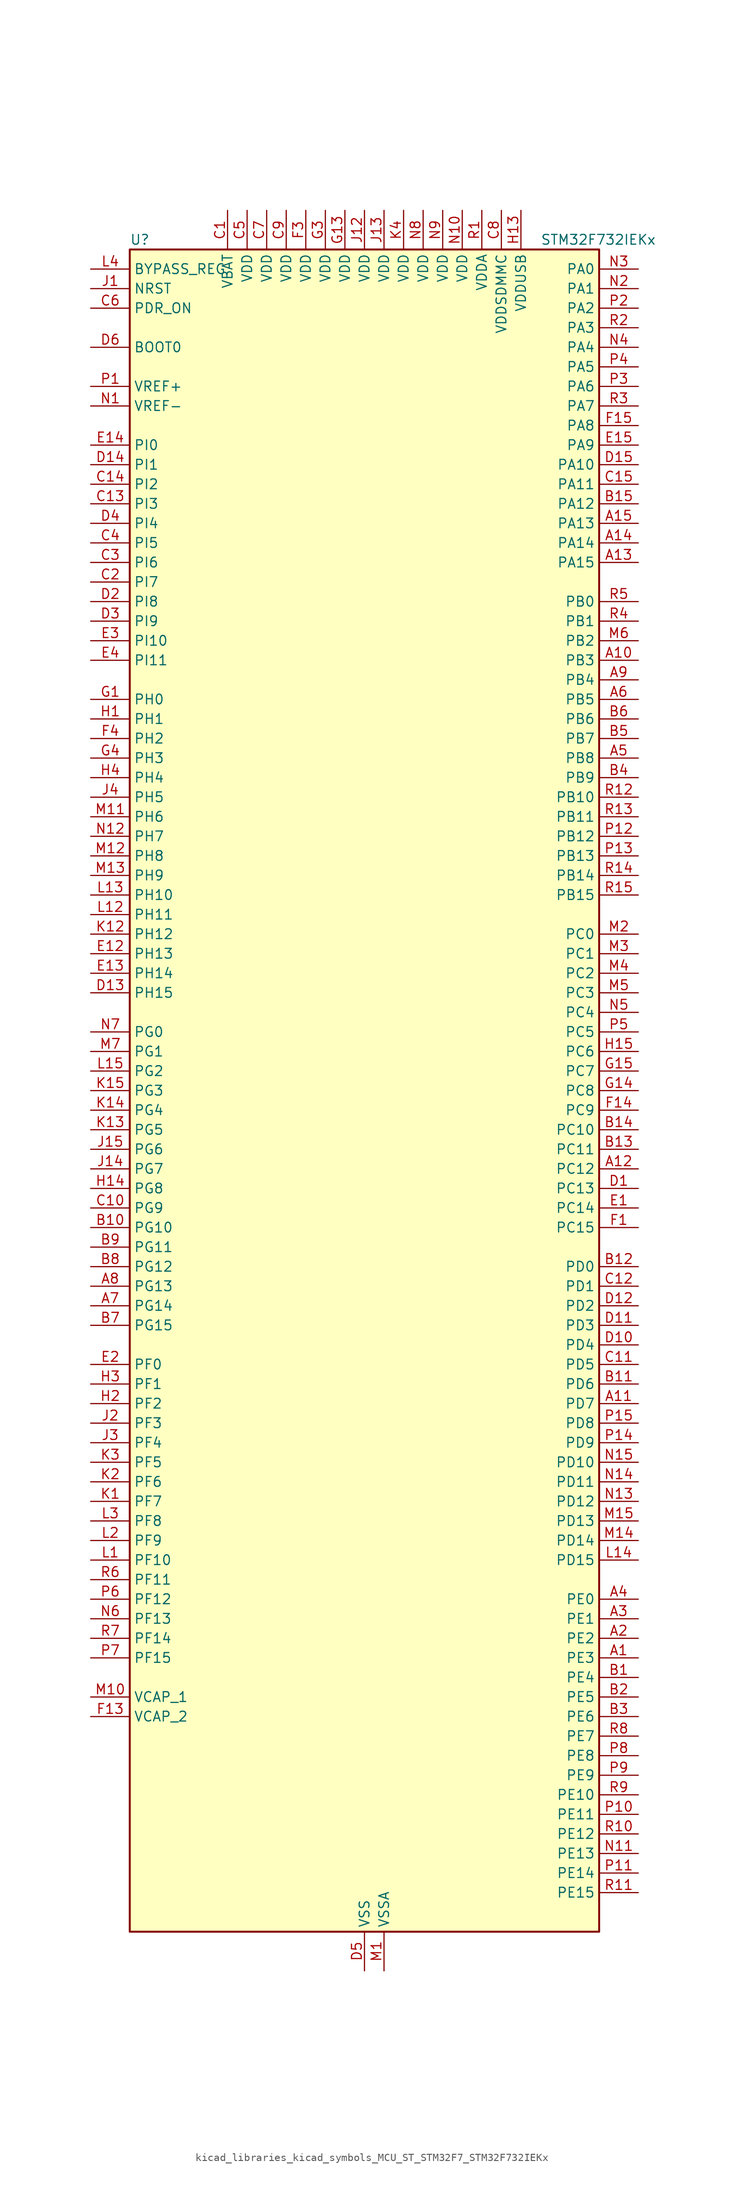
<source format=kicad_sym>
(kicad_symbol_lib
  (version 20220914)
  (generator kicad_symbol_editor)
  (symbol "kicad_libraries_kicad_symbols_MCU_ST_STM32F7_STM32F732IEKx"
    (property "Reference" "U"
      (at -30.48 110.49 0)
      (effects (font (size 1.27 1.27)) (justify left)))
    (property "Value" "STM32F732IEKx"
      (at 22.86 110.49 0)
      (effects (font (size 1.27 1.27)) (justify left)))
    (property "ki_locked" ""
      (at 0 0 0)
      (effects (font (size 1.27 1.27))))
    (symbol "kicad_libraries_kicad_symbols_MCU_ST_STM32F7_STM32F732IEKx_0_1"
      (rectangle (start -30.48 -109.22) (end 30.48 109.22) (stroke (width 0.254) (type default)) (fill (type background))))
    (symbol "kicad_libraries_kicad_symbols_MCU_ST_STM32F7_STM32F732IEKx_1_1"
      (pin bidirectional line (at 35.56 -73.66 180) (length 5.08) (name "PE3" (effects (font (size 1.27 1.27)))) (number "A1" (effects (font (size 1.27 1.27)))) (alternate "FMC_A19" bidirectional line) (alternate "SAI1_SD_B" bidirectional line) (alternate "SYS_TRACED0" bidirectional line))
      (pin bidirectional line (at 35.56 55.88 180) (length 5.08) (name "PB3" (effects (font (size 1.27 1.27)))) (number "A10" (effects (font (size 1.27 1.27)))) (alternate "I2S1_CK" bidirectional line) (alternate "I2S3_CK" bidirectional line) (alternate "SDMMC2_D2" bidirectional line) (alternate "SPI1_SCK" bidirectional line) (alternate "SPI3_SCK" bidirectional line) (alternate "SYS_JTDO-SWO" bidirectional line) (alternate "TIM2_CH2" bidirectional line))
      (pin bidirectional line (at 35.56 -40.64 180) (length 5.08) (name "PD7" (effects (font (size 1.27 1.27)))) (number "A11" (effects (font (size 1.27 1.27)))) (alternate "FMC_NE1" bidirectional line) (alternate "SDMMC2_CMD" bidirectional line) (alternate "USART2_CK" bidirectional line))
      (pin bidirectional line (at 35.56 -10.16 180) (length 5.08) (name "PC12" (effects (font (size 1.27 1.27)))) (number "A12" (effects (font (size 1.27 1.27)))) (alternate "I2S3_SD" bidirectional line) (alternate "SDMMC1_CK" bidirectional line) (alternate "SPI3_MOSI" bidirectional line) (alternate "SYS_TRACED3" bidirectional line) (alternate "UART5_TX" bidirectional line) (alternate "USART3_CK" bidirectional line))
      (pin bidirectional line (at 35.56 68.58 180) (length 5.08) (name "PA15" (effects (font (size 1.27 1.27)))) (number "A13" (effects (font (size 1.27 1.27)))) (alternate "I2S1_WS" bidirectional line) (alternate "I2S3_WS" bidirectional line) (alternate "SPI1_NSS" bidirectional line) (alternate "SPI3_NSS" bidirectional line) (alternate "SYS_JTDI" bidirectional line) (alternate "TIM2_CH1" bidirectional line) (alternate "TIM2_ETR" bidirectional line) (alternate "UART4_DE" bidirectional line) (alternate "UART4_RTS" bidirectional line))
      (pin bidirectional line (at 35.56 71.12 180) (length 5.08) (name "PA14" (effects (font (size 1.27 1.27)))) (number "A14" (effects (font (size 1.27 1.27)))) (alternate "SYS_JTCK-SWCLK" bidirectional line))
      (pin bidirectional line (at 35.56 73.66 180) (length 5.08) (name "PA13" (effects (font (size 1.27 1.27)))) (number "A15" (effects (font (size 1.27 1.27)))) (alternate "SYS_JTMS-SWDIO" bidirectional line))
      (pin bidirectional line (at 35.56 -71.12 180) (length 5.08) (name "PE2" (effects (font (size 1.27 1.27)))) (number "A2" (effects (font (size 1.27 1.27)))) (alternate "FMC_A23" bidirectional line) (alternate "QUADSPI_BK1_IO2" bidirectional line) (alternate "SAI1_MCLK_A" bidirectional line) (alternate "SPI4_SCK" bidirectional line) (alternate "SYS_TRACECLK" bidirectional line))
      (pin bidirectional line (at 35.56 -68.58 180) (length 5.08) (name "PE1" (effects (font (size 1.27 1.27)))) (number "A3" (effects (font (size 1.27 1.27)))) (alternate "FMC_NBL1" bidirectional line) (alternate "LPTIM1_IN2" bidirectional line) (alternate "UART8_TX" bidirectional line))
      (pin bidirectional line (at 35.56 -66.04 180) (length 5.08) (name "PE0" (effects (font (size 1.27 1.27)))) (number "A4" (effects (font (size 1.27 1.27)))) (alternate "FMC_NBL0" bidirectional line) (alternate "LPTIM1_ETR" bidirectional line) (alternate "SAI2_MCLK_A" bidirectional line) (alternate "TIM4_ETR" bidirectional line) (alternate "UART8_RX" bidirectional line))
      (pin bidirectional line (at 35.56 43.18 180) (length 5.08) (name "PB8" (effects (font (size 1.27 1.27)))) (number "A5" (effects (font (size 1.27 1.27)))) (alternate "CAN1_RX" bidirectional line) (alternate "I2C1_SCL" bidirectional line) (alternate "SDMMC1_D4" bidirectional line) (alternate "SDMMC2_D4" bidirectional line) (alternate "TIM10_CH1" bidirectional line) (alternate "TIM4_CH3" bidirectional line))
      (pin bidirectional line (at 35.56 50.8 180) (length 5.08) (name "PB5" (effects (font (size 1.27 1.27)))) (number "A6" (effects (font (size 1.27 1.27)))) (alternate "FMC_SDCKE1" bidirectional line) (alternate "I2C1_SMBA" bidirectional line) (alternate "I2S1_SD" bidirectional line) (alternate "I2S3_SD" bidirectional line) (alternate "SPI1_MOSI" bidirectional line) (alternate "SPI3_MOSI" bidirectional line) (alternate "TIM3_CH2" bidirectional line) (alternate "USB_OTG_HS_ULPI_D7" bidirectional line))
      (pin bidirectional line (at -35.56 -27.94 0) (length 5.08) (name "PG14" (effects (font (size 1.27 1.27)))) (number "A7" (effects (font (size 1.27 1.27)))) (alternate "FMC_A25" bidirectional line) (alternate "LPTIM1_ETR" bidirectional line) (alternate "QUADSPI_BK2_IO3" bidirectional line) (alternate "SYS_TRACED1" bidirectional line) (alternate "USART6_TX" bidirectional line))
      (pin bidirectional line (at -35.56 -25.4 0) (length 5.08) (name "PG13" (effects (font (size 1.27 1.27)))) (number "A8" (effects (font (size 1.27 1.27)))) (alternate "FMC_A24" bidirectional line) (alternate "LPTIM1_OUT" bidirectional line) (alternate "SYS_TRACED0" bidirectional line) (alternate "USART6_CTS" bidirectional line))
      (pin bidirectional line (at 35.56 53.34 180) (length 5.08) (name "PB4" (effects (font (size 1.27 1.27)))) (number "A9" (effects (font (size 1.27 1.27)))) (alternate "I2S2_WS" bidirectional line) (alternate "SDMMC2_D3" bidirectional line) (alternate "SPI1_MISO" bidirectional line) (alternate "SPI2_NSS" bidirectional line) (alternate "SPI3_MISO" bidirectional line) (alternate "SYS_JTRST" bidirectional line) (alternate "TIM3_CH1" bidirectional line))
      (pin bidirectional line (at 35.56 -76.2 180) (length 5.08) (name "PE4" (effects (font (size 1.27 1.27)))) (number "B1" (effects (font (size 1.27 1.27)))) (alternate "FMC_A20" bidirectional line) (alternate "SAI1_FS_A" bidirectional line) (alternate "SPI4_NSS" bidirectional line) (alternate "SYS_TRACED1" bidirectional line))
      (pin bidirectional line (at -35.56 -17.78 0) (length 5.08) (name "PG10" (effects (font (size 1.27 1.27)))) (number "B10" (effects (font (size 1.27 1.27)))) (alternate "FMC_NE3" bidirectional line) (alternate "SAI2_SD_B" bidirectional line) (alternate "SDMMC2_D1" bidirectional line))
      (pin bidirectional line (at 35.56 -38.1 180) (length 5.08) (name "PD6" (effects (font (size 1.27 1.27)))) (number "B11" (effects (font (size 1.27 1.27)))) (alternate "FMC_NWAIT" bidirectional line) (alternate "I2S3_SD" bidirectional line) (alternate "SAI1_SD_A" bidirectional line) (alternate "SDMMC2_CK" bidirectional line) (alternate "SPI3_MOSI" bidirectional line) (alternate "USART2_RX" bidirectional line))
      (pin bidirectional line (at 35.56 -22.86 180) (length 5.08) (name "PD0" (effects (font (size 1.27 1.27)))) (number "B12" (effects (font (size 1.27 1.27)))) (alternate "CAN1_RX" bidirectional line) (alternate "FMC_D2" bidirectional line) (alternate "FMC_DA2" bidirectional line))
      (pin bidirectional line (at 35.56 -7.62 180) (length 5.08) (name "PC11" (effects (font (size 1.27 1.27)))) (number "B13" (effects (font (size 1.27 1.27)))) (alternate "ADC1_EXTI11" bidirectional line) (alternate "ADC2_EXTI11" bidirectional line) (alternate "ADC3_EXTI11" bidirectional line) (alternate "QUADSPI_BK2_NCS" bidirectional line) (alternate "SDMMC1_D3" bidirectional line) (alternate "SPI3_MISO" bidirectional line) (alternate "UART4_RX" bidirectional line) (alternate "USART3_RX" bidirectional line))
      (pin bidirectional line (at 35.56 -5.08 180) (length 5.08) (name "PC10" (effects (font (size 1.27 1.27)))) (number "B14" (effects (font (size 1.27 1.27)))) (alternate "I2S3_CK" bidirectional line) (alternate "QUADSPI_BK1_IO1" bidirectional line) (alternate "SDMMC1_D2" bidirectional line) (alternate "SPI3_SCK" bidirectional line) (alternate "UART4_TX" bidirectional line) (alternate "USART3_TX" bidirectional line))
      (pin bidirectional line (at 35.56 76.2 180) (length 5.08) (name "PA12" (effects (font (size 1.27 1.27)))) (number "B15" (effects (font (size 1.27 1.27)))) (alternate "CAN1_TX" bidirectional line) (alternate "SAI2_FS_B" bidirectional line) (alternate "TIM1_ETR" bidirectional line) (alternate "USART1_DE" bidirectional line) (alternate "USART1_RTS" bidirectional line) (alternate "USB_OTG_FS_DP" bidirectional line))
      (pin bidirectional line (at 35.56 -78.74 180) (length 5.08) (name "PE5" (effects (font (size 1.27 1.27)))) (number "B2" (effects (font (size 1.27 1.27)))) (alternate "FMC_A21" bidirectional line) (alternate "SAI1_SCK_A" bidirectional line) (alternate "SPI4_MISO" bidirectional line) (alternate "SYS_TRACED2" bidirectional line) (alternate "TIM9_CH1" bidirectional line))
      (pin bidirectional line (at 35.56 -81.28 180) (length 5.08) (name "PE6" (effects (font (size 1.27 1.27)))) (number "B3" (effects (font (size 1.27 1.27)))) (alternate "FMC_A22" bidirectional line) (alternate "SAI1_SD_A" bidirectional line) (alternate "SAI2_MCLK_B" bidirectional line) (alternate "SPI4_MOSI" bidirectional line) (alternate "SYS_TRACED3" bidirectional line) (alternate "TIM1_BKIN2" bidirectional line) (alternate "TIM9_CH2" bidirectional line))
      (pin bidirectional line (at 35.56 40.64 180) (length 5.08) (name "PB9" (effects (font (size 1.27 1.27)))) (number "B4" (effects (font (size 1.27 1.27)))) (alternate "CAN1_TX" bidirectional line) (alternate "DAC_EXTI9" bidirectional line) (alternate "I2C1_SDA" bidirectional line) (alternate "I2S2_WS" bidirectional line) (alternate "SDMMC1_D5" bidirectional line) (alternate "SDMMC2_D5" bidirectional line) (alternate "SPI2_NSS" bidirectional line) (alternate "TIM11_CH1" bidirectional line) (alternate "TIM4_CH4" bidirectional line))
      (pin bidirectional line (at 35.56 45.72 180) (length 5.08) (name "PB7" (effects (font (size 1.27 1.27)))) (number "B5" (effects (font (size 1.27 1.27)))) (alternate "FMC_NL" bidirectional line) (alternate "I2C1_SDA" bidirectional line) (alternate "TIM4_CH2" bidirectional line) (alternate "USART1_RX" bidirectional line))
      (pin bidirectional line (at 35.56 48.26 180) (length 5.08) (name "PB6" (effects (font (size 1.27 1.27)))) (number "B6" (effects (font (size 1.27 1.27)))) (alternate "FMC_SDNE1" bidirectional line) (alternate "I2C1_SCL" bidirectional line) (alternate "QUADSPI_BK1_NCS" bidirectional line) (alternate "TIM4_CH1" bidirectional line) (alternate "USART1_TX" bidirectional line))
      (pin bidirectional line (at -35.56 -30.48 0) (length 5.08) (name "PG15" (effects (font (size 1.27 1.27)))) (number "B7" (effects (font (size 1.27 1.27)))) (alternate "FMC_SDNCAS" bidirectional line) (alternate "USART6_CTS" bidirectional line))
      (pin bidirectional line (at -35.56 -22.86 0) (length 5.08) (name "PG12" (effects (font (size 1.27 1.27)))) (number "B8" (effects (font (size 1.27 1.27)))) (alternate "FMC_NE4" bidirectional line) (alternate "LPTIM1_IN1" bidirectional line) (alternate "SDMMC2_D3" bidirectional line) (alternate "USART6_DE" bidirectional line) (alternate "USART6_RTS" bidirectional line))
      (pin bidirectional line (at -35.56 -20.32 0) (length 5.08) (name "PG11" (effects (font (size 1.27 1.27)))) (number "B9" (effects (font (size 1.27 1.27)))) (alternate "ADC1_EXTI11" bidirectional line) (alternate "ADC2_EXTI11" bidirectional line) (alternate "ADC3_EXTI11" bidirectional line) (alternate "FMC_INT" bidirectional line) (alternate "SDMMC2_D2" bidirectional line))
      (pin power_in line (at -17.78 114.3 270) (length 5.08) (name "VBAT" (effects (font (size 1.27 1.27)))) (number "C1" (effects (font (size 1.27 1.27)))))
      (pin bidirectional line (at -35.56 -15.24 0) (length 5.08) (name "PG9" (effects (font (size 1.27 1.27)))) (number "C10" (effects (font (size 1.27 1.27)))) (alternate "DAC_EXTI9" bidirectional line) (alternate "FMC_NCE" bidirectional line) (alternate "FMC_NE2" bidirectional line) (alternate "QUADSPI_BK2_IO2" bidirectional line) (alternate "SAI2_FS_B" bidirectional line) (alternate "SDMMC2_D0" bidirectional line) (alternate "USART6_RX" bidirectional line))
      (pin bidirectional line (at 35.56 -35.56 180) (length 5.08) (name "PD5" (effects (font (size 1.27 1.27)))) (number "C11" (effects (font (size 1.27 1.27)))) (alternate "FMC_NWE" bidirectional line) (alternate "USART2_TX" bidirectional line))
      (pin bidirectional line (at 35.56 -25.4 180) (length 5.08) (name "PD1" (effects (font (size 1.27 1.27)))) (number "C12" (effects (font (size 1.27 1.27)))) (alternate "CAN1_TX" bidirectional line) (alternate "FMC_D3" bidirectional line) (alternate "FMC_DA3" bidirectional line))
      (pin bidirectional line (at -35.56 76.2 0) (length 5.08) (name "PI3" (effects (font (size 1.27 1.27)))) (number "C13" (effects (font (size 1.27 1.27)))) (alternate "FMC_D27" bidirectional line) (alternate "I2S2_SD" bidirectional line) (alternate "SPI2_MOSI" bidirectional line) (alternate "TIM8_ETR" bidirectional line))
      (pin bidirectional line (at -35.56 78.74 0) (length 5.08) (name "PI2" (effects (font (size 1.27 1.27)))) (number "C14" (effects (font (size 1.27 1.27)))) (alternate "FMC_D26" bidirectional line) (alternate "SPI2_MISO" bidirectional line) (alternate "TIM8_CH4" bidirectional line))
      (pin bidirectional line (at 35.56 78.74 180) (length 5.08) (name "PA11" (effects (font (size 1.27 1.27)))) (number "C15" (effects (font (size 1.27 1.27)))) (alternate "ADC1_EXTI11" bidirectional line) (alternate "ADC2_EXTI11" bidirectional line) (alternate "ADC3_EXTI11" bidirectional line) (alternate "CAN1_RX" bidirectional line) (alternate "TIM1_CH4" bidirectional line) (alternate "USART1_CTS" bidirectional line) (alternate "USB_OTG_FS_DM" bidirectional line))
      (pin bidirectional line (at -35.56 66.04 0) (length 5.08) (name "PI7" (effects (font (size 1.27 1.27)))) (number "C2" (effects (font (size 1.27 1.27)))) (alternate "FMC_D29" bidirectional line) (alternate "SAI2_FS_A" bidirectional line) (alternate "TIM8_CH3" bidirectional line))
      (pin bidirectional line (at -35.56 68.58 0) (length 5.08) (name "PI6" (effects (font (size 1.27 1.27)))) (number "C3" (effects (font (size 1.27 1.27)))) (alternate "FMC_D28" bidirectional line) (alternate "SAI2_SD_A" bidirectional line) (alternate "TIM8_CH2" bidirectional line))
      (pin bidirectional line (at -35.56 71.12 0) (length 5.08) (name "PI5" (effects (font (size 1.27 1.27)))) (number "C4" (effects (font (size 1.27 1.27)))) (alternate "FMC_NBL3" bidirectional line) (alternate "SAI2_SCK_A" bidirectional line) (alternate "TIM8_CH1" bidirectional line))
      (pin power_in line (at -15.24 114.3 270) (length 5.08) (name "VDD" (effects (font (size 1.27 1.27)))) (number "C5" (effects (font (size 1.27 1.27)))))
      (pin input line (at -35.56 101.6 0) (length 5.08) (name "PDR_ON" (effects (font (size 1.27 1.27)))) (number "C6" (effects (font (size 1.27 1.27)))))
      (pin power_in line (at -12.7 114.3 270) (length 5.08) (name "VDD" (effects (font (size 1.27 1.27)))) (number "C7" (effects (font (size 1.27 1.27)))))
      (pin power_in line (at 17.78 114.3 270) (length 5.08) (name "VDDSDMMC" (effects (font (size 1.27 1.27)))) (number "C8" (effects (font (size 1.27 1.27)))))
      (pin power_in line (at -10.16 114.3 270) (length 5.08) (name "VDD" (effects (font (size 1.27 1.27)))) (number "C9" (effects (font (size 1.27 1.27)))))
      (pin bidirectional line (at 35.56 -12.7 180) (length 5.08) (name "PC13" (effects (font (size 1.27 1.27)))) (number "D1" (effects (font (size 1.27 1.27)))) (alternate "RTC_OUT" bidirectional line) (alternate "RTC_TAMP1" bidirectional line) (alternate "RTC_TS" bidirectional line) (alternate "SYS_WKUP4" bidirectional line))
      (pin bidirectional line (at 35.56 -33.02 180) (length 5.08) (name "PD4" (effects (font (size 1.27 1.27)))) (number "D10" (effects (font (size 1.27 1.27)))) (alternate "FMC_NOE" bidirectional line) (alternate "USART2_DE" bidirectional line) (alternate "USART2_RTS" bidirectional line))
      (pin bidirectional line (at 35.56 -30.48 180) (length 5.08) (name "PD3" (effects (font (size 1.27 1.27)))) (number "D11" (effects (font (size 1.27 1.27)))) (alternate "FMC_CLK" bidirectional line) (alternate "I2S2_CK" bidirectional line) (alternate "SPI2_SCK" bidirectional line) (alternate "USART2_CTS" bidirectional line))
      (pin bidirectional line (at 35.56 -27.94 180) (length 5.08) (name "PD2" (effects (font (size 1.27 1.27)))) (number "D12" (effects (font (size 1.27 1.27)))) (alternate "SDMMC1_CMD" bidirectional line) (alternate "SYS_TRACED2" bidirectional line) (alternate "TIM3_ETR" bidirectional line) (alternate "UART5_RX" bidirectional line))
      (pin bidirectional line (at -35.56 12.7 0) (length 5.08) (name "PH15" (effects (font (size 1.27 1.27)))) (number "D13" (effects (font (size 1.27 1.27)))) (alternate "FMC_D23" bidirectional line) (alternate "TIM8_CH3N" bidirectional line))
      (pin bidirectional line (at -35.56 81.28 0) (length 5.08) (name "PI1" (effects (font (size 1.27 1.27)))) (number "D14" (effects (font (size 1.27 1.27)))) (alternate "FMC_D25" bidirectional line) (alternate "I2S2_CK" bidirectional line) (alternate "SPI2_SCK" bidirectional line) (alternate "TIM8_BKIN2" bidirectional line))
      (pin bidirectional line (at 35.56 81.28 180) (length 5.08) (name "PA10" (effects (font (size 1.27 1.27)))) (number "D15" (effects (font (size 1.27 1.27)))) (alternate "TIM1_CH3" bidirectional line) (alternate "USART1_RX" bidirectional line) (alternate "USB_OTG_FS_ID" bidirectional line))
      (pin bidirectional line (at -35.56 63.5 0) (length 5.08) (name "PI8" (effects (font (size 1.27 1.27)))) (number "D2" (effects (font (size 1.27 1.27)))) (alternate "RTC_TAMP2" bidirectional line) (alternate "RTC_TS" bidirectional line) (alternate "SYS_WKUP5" bidirectional line))
      (pin bidirectional line (at -35.56 60.96 0) (length 5.08) (name "PI9" (effects (font (size 1.27 1.27)))) (number "D3" (effects (font (size 1.27 1.27)))) (alternate "CAN1_RX" bidirectional line) (alternate "DAC_EXTI9" bidirectional line) (alternate "FMC_D30" bidirectional line) (alternate "UART4_RX" bidirectional line))
      (pin bidirectional line (at -35.56 73.66 0) (length 5.08) (name "PI4" (effects (font (size 1.27 1.27)))) (number "D4" (effects (font (size 1.27 1.27)))) (alternate "FMC_NBL2" bidirectional line) (alternate "SAI2_MCLK_A" bidirectional line) (alternate "TIM8_BKIN" bidirectional line))
      (pin power_in line (at 0 -114.3 90) (length 5.08) (name "VSS" (effects (font (size 1.27 1.27)))) (number "D5" (effects (font (size 1.27 1.27)))))
      (pin input line (at -35.56 96.52 0) (length 5.08) (name "BOOT0" (effects (font (size 1.27 1.27)))) (number "D6" (effects (font (size 1.27 1.27)))))
      (pin passive line (at 0 -114.3 90) (length 5.08) hide (name "VSS" (effects (font (size 1.27 1.27)))) (number "D7" (effects (font (size 1.27 1.27)))))
      (pin passive line (at 0 -114.3 90) (length 5.08) hide (name "VSS" (effects (font (size 1.27 1.27)))) (number "D8" (effects (font (size 1.27 1.27)))))
      (pin passive line (at 0 -114.3 90) (length 5.08) hide (name "VSS" (effects (font (size 1.27 1.27)))) (number "D9" (effects (font (size 1.27 1.27)))))
      (pin bidirectional line (at 35.56 -15.24 180) (length 5.08) (name "PC14" (effects (font (size 1.27 1.27)))) (number "E1" (effects (font (size 1.27 1.27)))) (alternate "RCC_OSC32_IN" bidirectional line))
      (pin bidirectional line (at -35.56 17.78 0) (length 5.08) (name "PH13" (effects (font (size 1.27 1.27)))) (number "E12" (effects (font (size 1.27 1.27)))) (alternate "CAN1_TX" bidirectional line) (alternate "FMC_D21" bidirectional line) (alternate "TIM8_CH1N" bidirectional line) (alternate "UART4_TX" bidirectional line))
      (pin bidirectional line (at -35.56 15.24 0) (length 5.08) (name "PH14" (effects (font (size 1.27 1.27)))) (number "E13" (effects (font (size 1.27 1.27)))) (alternate "CAN1_RX" bidirectional line) (alternate "FMC_D22" bidirectional line) (alternate "TIM8_CH2N" bidirectional line) (alternate "UART4_RX" bidirectional line))
      (pin bidirectional line (at -35.56 83.82 0) (length 5.08) (name "PI0" (effects (font (size 1.27 1.27)))) (number "E14" (effects (font (size 1.27 1.27)))) (alternate "FMC_D24" bidirectional line) (alternate "I2S2_WS" bidirectional line) (alternate "SPI2_NSS" bidirectional line) (alternate "TIM5_CH4" bidirectional line))
      (pin bidirectional line (at 35.56 83.82 180) (length 5.08) (name "PA9" (effects (font (size 1.27 1.27)))) (number "E15" (effects (font (size 1.27 1.27)))) (alternate "DAC_EXTI9" bidirectional line) (alternate "I2C3_SMBA" bidirectional line) (alternate "I2S2_CK" bidirectional line) (alternate "SPI2_SCK" bidirectional line) (alternate "TIM1_CH2" bidirectional line) (alternate "USART1_TX" bidirectional line) (alternate "USB_OTG_FS_VBUS" bidirectional line))
      (pin bidirectional line (at -35.56 -35.56 0) (length 5.08) (name "PF0" (effects (font (size 1.27 1.27)))) (number "E2" (effects (font (size 1.27 1.27)))) (alternate "FMC_A0" bidirectional line) (alternate "I2C2_SDA" bidirectional line))
      (pin bidirectional line (at -35.56 58.42 0) (length 5.08) (name "PI10" (effects (font (size 1.27 1.27)))) (number "E3" (effects (font (size 1.27 1.27)))) (alternate "FMC_D31" bidirectional line))
      (pin bidirectional line (at -35.56 55.88 0) (length 5.08) (name "PI11" (effects (font (size 1.27 1.27)))) (number "E4" (effects (font (size 1.27 1.27)))) (alternate "ADC1_EXTI11" bidirectional line) (alternate "ADC2_EXTI11" bidirectional line) (alternate "ADC3_EXTI11" bidirectional line) (alternate "SYS_WKUP6" bidirectional line) (alternate "USB_OTG_HS_ULPI_DIR" bidirectional line))
      (pin bidirectional line (at 35.56 -17.78 180) (length 5.08) (name "PC15" (effects (font (size 1.27 1.27)))) (number "F1" (effects (font (size 1.27 1.27)))) (alternate "RCC_OSC32_OUT" bidirectional line))
      (pin passive line (at 0 -114.3 90) (length 5.08) hide (name "VSS" (effects (font (size 1.27 1.27)))) (number "F10" (effects (font (size 1.27 1.27)))))
      (pin passive line (at 0 -114.3 90) (length 5.08) hide (name "VSS" (effects (font (size 1.27 1.27)))) (number "F12" (effects (font (size 1.27 1.27)))))
      (pin power_out line (at -35.56 -81.28 0) (length 5.08) (name "VCAP_2" (effects (font (size 1.27 1.27)))) (number "F13" (effects (font (size 1.27 1.27)))))
      (pin bidirectional line (at 35.56 -2.54 180) (length 5.08) (name "PC9" (effects (font (size 1.27 1.27)))) (number "F14" (effects (font (size 1.27 1.27)))) (alternate "DAC_EXTI9" bidirectional line) (alternate "I2C3_SDA" bidirectional line) (alternate "I2S_CKIN" bidirectional line) (alternate "QUADSPI_BK1_IO0" bidirectional line) (alternate "RCC_MCO_2" bidirectional line) (alternate "SDMMC1_D1" bidirectional line) (alternate "TIM3_CH4" bidirectional line) (alternate "TIM8_CH4" bidirectional line) (alternate "UART5_CTS" bidirectional line))
      (pin bidirectional line (at 35.56 86.36 180) (length 5.08) (name "PA8" (effects (font (size 1.27 1.27)))) (number "F15" (effects (font (size 1.27 1.27)))) (alternate "I2C3_SCL" bidirectional line) (alternate "RCC_MCO_1" bidirectional line) (alternate "TIM1_CH1" bidirectional line) (alternate "TIM8_BKIN2" bidirectional line) (alternate "USART1_CK" bidirectional line) (alternate "USB_OTG_FS_SOF" bidirectional line))
      (pin passive line (at 0 -114.3 90) (length 5.08) hide (name "VSS" (effects (font (size 1.27 1.27)))) (number "F2" (effects (font (size 1.27 1.27)))))
      (pin power_in line (at -7.62 114.3 270) (length 5.08) (name "VDD" (effects (font (size 1.27 1.27)))) (number "F3" (effects (font (size 1.27 1.27)))))
      (pin bidirectional line (at -35.56 45.72 0) (length 5.08) (name "PH2" (effects (font (size 1.27 1.27)))) (number "F4" (effects (font (size 1.27 1.27)))) (alternate "FMC_SDCKE0" bidirectional line) (alternate "LPTIM1_IN2" bidirectional line) (alternate "QUADSPI_BK2_IO0" bidirectional line) (alternate "SAI2_SCK_B" bidirectional line))
      (pin passive line (at 0 -114.3 90) (length 5.08) hide (name "VSS" (effects (font (size 1.27 1.27)))) (number "F6" (effects (font (size 1.27 1.27)))))
      (pin passive line (at 0 -114.3 90) (length 5.08) hide (name "VSS" (effects (font (size 1.27 1.27)))) (number "F7" (effects (font (size 1.27 1.27)))))
      (pin passive line (at 0 -114.3 90) (length 5.08) hide (name "VSS" (effects (font (size 1.27 1.27)))) (number "F8" (effects (font (size 1.27 1.27)))))
      (pin passive line (at 0 -114.3 90) (length 5.08) hide (name "VSS" (effects (font (size 1.27 1.27)))) (number "F9" (effects (font (size 1.27 1.27)))))
      (pin bidirectional line (at -35.56 50.8 0) (length 5.08) (name "PH0" (effects (font (size 1.27 1.27)))) (number "G1" (effects (font (size 1.27 1.27)))) (alternate "RCC_OSC_IN" bidirectional line))
      (pin passive line (at 0 -114.3 90) (length 5.08) hide (name "VSS" (effects (font (size 1.27 1.27)))) (number "G10" (effects (font (size 1.27 1.27)))))
      (pin passive line (at 0 -114.3 90) (length 5.08) hide (name "VSS" (effects (font (size 1.27 1.27)))) (number "G12" (effects (font (size 1.27 1.27)))))
      (pin power_in line (at -2.54 114.3 270) (length 5.08) (name "VDD" (effects (font (size 1.27 1.27)))) (number "G13" (effects (font (size 1.27 1.27)))))
      (pin bidirectional line (at 35.56 0 180) (length 5.08) (name "PC8" (effects (font (size 1.27 1.27)))) (number "G14" (effects (font (size 1.27 1.27)))) (alternate "SDMMC1_D0" bidirectional line) (alternate "SYS_TRACED1" bidirectional line) (alternate "TIM3_CH3" bidirectional line) (alternate "TIM8_CH3" bidirectional line) (alternate "UART5_DE" bidirectional line) (alternate "UART5_RTS" bidirectional line) (alternate "USART6_CK" bidirectional line))
      (pin bidirectional line (at 35.56 2.54 180) (length 5.08) (name "PC7" (effects (font (size 1.27 1.27)))) (number "G15" (effects (font (size 1.27 1.27)))) (alternate "I2S3_MCK" bidirectional line) (alternate "SDMMC1_D7" bidirectional line) (alternate "SDMMC2_D7" bidirectional line) (alternate "TIM3_CH2" bidirectional line) (alternate "TIM8_CH2" bidirectional line) (alternate "USART6_RX" bidirectional line))
      (pin passive line (at 0 -114.3 90) (length 5.08) hide (name "VSS" (effects (font (size 1.27 1.27)))) (number "G2" (effects (font (size 1.27 1.27)))))
      (pin power_in line (at -5.08 114.3 270) (length 5.08) (name "VDD" (effects (font (size 1.27 1.27)))) (number "G3" (effects (font (size 1.27 1.27)))))
      (pin bidirectional line (at -35.56 43.18 0) (length 5.08) (name "PH3" (effects (font (size 1.27 1.27)))) (number "G4" (effects (font (size 1.27 1.27)))) (alternate "FMC_SDNE0" bidirectional line) (alternate "QUADSPI_BK2_IO1" bidirectional line) (alternate "SAI2_MCLK_B" bidirectional line))
      (pin passive line (at 0 -114.3 90) (length 5.08) hide (name "VSS" (effects (font (size 1.27 1.27)))) (number "G6" (effects (font (size 1.27 1.27)))))
      (pin passive line (at 0 -114.3 90) (length 5.08) hide (name "VSS" (effects (font (size 1.27 1.27)))) (number "G7" (effects (font (size 1.27 1.27)))))
      (pin passive line (at 0 -114.3 90) (length 5.08) hide (name "VSS" (effects (font (size 1.27 1.27)))) (number "G8" (effects (font (size 1.27 1.27)))))
      (pin passive line (at 0 -114.3 90) (length 5.08) hide (name "VSS" (effects (font (size 1.27 1.27)))) (number "G9" (effects (font (size 1.27 1.27)))))
      (pin bidirectional line (at -35.56 48.26 0) (length 5.08) (name "PH1" (effects (font (size 1.27 1.27)))) (number "H1" (effects (font (size 1.27 1.27)))) (alternate "RCC_OSC_OUT" bidirectional line))
      (pin passive line (at 0 -114.3 90) (length 5.08) hide (name "VSS" (effects (font (size 1.27 1.27)))) (number "H10" (effects (font (size 1.27 1.27)))))
      (pin passive line (at 0 -114.3 90) (length 5.08) hide (name "VSS" (effects (font (size 1.27 1.27)))) (number "H12" (effects (font (size 1.27 1.27)))))
      (pin power_in line (at 20.32 114.3 270) (length 5.08) (name "VDDUSB" (effects (font (size 1.27 1.27)))) (number "H13" (effects (font (size 1.27 1.27)))))
      (pin bidirectional line (at -35.56 -12.7 0) (length 5.08) (name "PG8" (effects (font (size 1.27 1.27)))) (number "H14" (effects (font (size 1.27 1.27)))) (alternate "FMC_SDCLK" bidirectional line) (alternate "USART6_DE" bidirectional line) (alternate "USART6_RTS" bidirectional line))
      (pin bidirectional line (at 35.56 5.08 180) (length 5.08) (name "PC6" (effects (font (size 1.27 1.27)))) (number "H15" (effects (font (size 1.27 1.27)))) (alternate "I2S2_MCK" bidirectional line) (alternate "SDMMC1_D6" bidirectional line) (alternate "SDMMC2_D6" bidirectional line) (alternate "TIM3_CH1" bidirectional line) (alternate "TIM8_CH1" bidirectional line) (alternate "USART6_TX" bidirectional line))
      (pin bidirectional line (at -35.56 -40.64 0) (length 5.08) (name "PF2" (effects (font (size 1.27 1.27)))) (number "H2" (effects (font (size 1.27 1.27)))) (alternate "FMC_A2" bidirectional line) (alternate "I2C2_SMBA" bidirectional line))
      (pin bidirectional line (at -35.56 -38.1 0) (length 5.08) (name "PF1" (effects (font (size 1.27 1.27)))) (number "H3" (effects (font (size 1.27 1.27)))) (alternate "FMC_A1" bidirectional line) (alternate "I2C2_SCL" bidirectional line))
      (pin bidirectional line (at -35.56 40.64 0) (length 5.08) (name "PH4" (effects (font (size 1.27 1.27)))) (number "H4" (effects (font (size 1.27 1.27)))) (alternate "I2C2_SCL" bidirectional line) (alternate "USB_OTG_HS_ULPI_NXT" bidirectional line))
      (pin passive line (at 0 -114.3 90) (length 5.08) hide (name "VSS" (effects (font (size 1.27 1.27)))) (number "H6" (effects (font (size 1.27 1.27)))))
      (pin passive line (at 0 -114.3 90) (length 5.08) hide (name "VSS" (effects (font (size 1.27 1.27)))) (number "H7" (effects (font (size 1.27 1.27)))))
      (pin passive line (at 0 -114.3 90) (length 5.08) hide (name "VSS" (effects (font (size 1.27 1.27)))) (number "H8" (effects (font (size 1.27 1.27)))))
      (pin passive line (at 0 -114.3 90) (length 5.08) hide (name "VSS" (effects (font (size 1.27 1.27)))) (number "H9" (effects (font (size 1.27 1.27)))))
      (pin input line (at -35.56 104.14 0) (length 5.08) (name "NRST" (effects (font (size 1.27 1.27)))) (number "J1" (effects (font (size 1.27 1.27)))))
      (pin passive line (at 0 -114.3 90) (length 5.08) hide (name "VSS" (effects (font (size 1.27 1.27)))) (number "J10" (effects (font (size 1.27 1.27)))))
      (pin power_in line (at 0 114.3 270) (length 5.08) (name "VDD" (effects (font (size 1.27 1.27)))) (number "J12" (effects (font (size 1.27 1.27)))))
      (pin power_in line (at 2.54 114.3 270) (length 5.08) (name "VDD" (effects (font (size 1.27 1.27)))) (number "J13" (effects (font (size 1.27 1.27)))))
      (pin bidirectional line (at -35.56 -10.16 0) (length 5.08) (name "PG7" (effects (font (size 1.27 1.27)))) (number "J14" (effects (font (size 1.27 1.27)))) (alternate "FMC_INT" bidirectional line) (alternate "USART6_CK" bidirectional line))
      (pin bidirectional line (at -35.56 -7.62 0) (length 5.08) (name "PG6" (effects (font (size 1.27 1.27)))) (number "J15" (effects (font (size 1.27 1.27)))))
      (pin bidirectional line (at -35.56 -43.18 0) (length 5.08) (name "PF3" (effects (font (size 1.27 1.27)))) (number "J2" (effects (font (size 1.27 1.27)))) (alternate "ADC3_IN9" bidirectional line) (alternate "FMC_A3" bidirectional line))
      (pin bidirectional line (at -35.56 -45.72 0) (length 5.08) (name "PF4" (effects (font (size 1.27 1.27)))) (number "J3" (effects (font (size 1.27 1.27)))) (alternate "ADC3_IN14" bidirectional line) (alternate "FMC_A4" bidirectional line))
      (pin bidirectional line (at -35.56 38.1 0) (length 5.08) (name "PH5" (effects (font (size 1.27 1.27)))) (number "J4" (effects (font (size 1.27 1.27)))) (alternate "FMC_SDNWE" bidirectional line) (alternate "I2C2_SDA" bidirectional line) (alternate "SPI5_NSS" bidirectional line))
      (pin passive line (at 0 -114.3 90) (length 5.08) hide (name "VSS" (effects (font (size 1.27 1.27)))) (number "J6" (effects (font (size 1.27 1.27)))))
      (pin passive line (at 0 -114.3 90) (length 5.08) hide (name "VSS" (effects (font (size 1.27 1.27)))) (number "J7" (effects (font (size 1.27 1.27)))))
      (pin passive line (at 0 -114.3 90) (length 5.08) hide (name "VSS" (effects (font (size 1.27 1.27)))) (number "J8" (effects (font (size 1.27 1.27)))))
      (pin passive line (at 0 -114.3 90) (length 5.08) hide (name "VSS" (effects (font (size 1.27 1.27)))) (number "J9" (effects (font (size 1.27 1.27)))))
      (pin bidirectional line (at -35.56 -53.34 0) (length 5.08) (name "PF7" (effects (font (size 1.27 1.27)))) (number "K1" (effects (font (size 1.27 1.27)))) (alternate "ADC3_IN5" bidirectional line) (alternate "QUADSPI_BK1_IO2" bidirectional line) (alternate "SAI1_MCLK_B" bidirectional line) (alternate "SPI5_SCK" bidirectional line) (alternate "TIM11_CH1" bidirectional line) (alternate "UART7_TX" bidirectional line))
      (pin passive line (at 0 -114.3 90) (length 5.08) hide (name "VSS" (effects (font (size 1.27 1.27)))) (number "K10" (effects (font (size 1.27 1.27)))))
      (pin bidirectional line (at -35.56 20.32 0) (length 5.08) (name "PH12" (effects (font (size 1.27 1.27)))) (number "K12" (effects (font (size 1.27 1.27)))) (alternate "FMC_D20" bidirectional line) (alternate "TIM5_CH3" bidirectional line))
      (pin bidirectional line (at -35.56 -5.08 0) (length 5.08) (name "PG5" (effects (font (size 1.27 1.27)))) (number "K13" (effects (font (size 1.27 1.27)))) (alternate "FMC_A15" bidirectional line) (alternate "FMC_BA1" bidirectional line))
      (pin bidirectional line (at -35.56 -2.54 0) (length 5.08) (name "PG4" (effects (font (size 1.27 1.27)))) (number "K14" (effects (font (size 1.27 1.27)))) (alternate "FMC_A14" bidirectional line) (alternate "FMC_BA0" bidirectional line))
      (pin bidirectional line (at -35.56 0 0) (length 5.08) (name "PG3" (effects (font (size 1.27 1.27)))) (number "K15" (effects (font (size 1.27 1.27)))) (alternate "FMC_A13" bidirectional line))
      (pin bidirectional line (at -35.56 -50.8 0) (length 5.08) (name "PF6" (effects (font (size 1.27 1.27)))) (number "K2" (effects (font (size 1.27 1.27)))) (alternate "ADC3_IN4" bidirectional line) (alternate "QUADSPI_BK1_IO3" bidirectional line) (alternate "SAI1_SD_B" bidirectional line) (alternate "SPI5_NSS" bidirectional line) (alternate "TIM10_CH1" bidirectional line) (alternate "UART7_RX" bidirectional line))
      (pin bidirectional line (at -35.56 -48.26 0) (length 5.08) (name "PF5" (effects (font (size 1.27 1.27)))) (number "K3" (effects (font (size 1.27 1.27)))) (alternate "ADC3_IN15" bidirectional line) (alternate "FMC_A5" bidirectional line))
      (pin power_in line (at 5.08 114.3 270) (length 5.08) (name "VDD" (effects (font (size 1.27 1.27)))) (number "K4" (effects (font (size 1.27 1.27)))))
      (pin passive line (at 0 -114.3 90) (length 5.08) hide (name "VSS" (effects (font (size 1.27 1.27)))) (number "K6" (effects (font (size 1.27 1.27)))))
      (pin passive line (at 0 -114.3 90) (length 5.08) hide (name "VSS" (effects (font (size 1.27 1.27)))) (number "K7" (effects (font (size 1.27 1.27)))))
      (pin passive line (at 0 -114.3 90) (length 5.08) hide (name "VSS" (effects (font (size 1.27 1.27)))) (number "K8" (effects (font (size 1.27 1.27)))))
      (pin passive line (at 0 -114.3 90) (length 5.08) hide (name "VSS" (effects (font (size 1.27 1.27)))) (number "K9" (effects (font (size 1.27 1.27)))))
      (pin bidirectional line (at -35.56 -60.96 0) (length 5.08) (name "PF10" (effects (font (size 1.27 1.27)))) (number "L1" (effects (font (size 1.27 1.27)))) (alternate "ADC3_IN8" bidirectional line))
      (pin bidirectional line (at -35.56 22.86 0) (length 5.08) (name "PH11" (effects (font (size 1.27 1.27)))) (number "L12" (effects (font (size 1.27 1.27)))) (alternate "ADC1_EXTI11" bidirectional line) (alternate "ADC2_EXTI11" bidirectional line) (alternate "ADC3_EXTI11" bidirectional line) (alternate "FMC_D19" bidirectional line) (alternate "TIM5_CH2" bidirectional line))
      (pin bidirectional line (at -35.56 25.4 0) (length 5.08) (name "PH10" (effects (font (size 1.27 1.27)))) (number "L13" (effects (font (size 1.27 1.27)))) (alternate "FMC_D18" bidirectional line) (alternate "TIM5_CH1" bidirectional line))
      (pin bidirectional line (at 35.56 -60.96 180) (length 5.08) (name "PD15" (effects (font (size 1.27 1.27)))) (number "L14" (effects (font (size 1.27 1.27)))) (alternate "FMC_D1" bidirectional line) (alternate "FMC_DA1" bidirectional line) (alternate "TIM4_CH4" bidirectional line) (alternate "UART8_DE" bidirectional line) (alternate "UART8_RTS" bidirectional line))
      (pin bidirectional line (at -35.56 2.54 0) (length 5.08) (name "PG2" (effects (font (size 1.27 1.27)))) (number "L15" (effects (font (size 1.27 1.27)))) (alternate "FMC_A12" bidirectional line))
      (pin bidirectional line (at -35.56 -58.42 0) (length 5.08) (name "PF9" (effects (font (size 1.27 1.27)))) (number "L2" (effects (font (size 1.27 1.27)))) (alternate "ADC3_IN7" bidirectional line) (alternate "DAC_EXTI9" bidirectional line) (alternate "QUADSPI_BK1_IO1" bidirectional line) (alternate "SAI1_FS_B" bidirectional line) (alternate "SPI5_MOSI" bidirectional line) (alternate "TIM14_CH1" bidirectional line) (alternate "UART7_CTS" bidirectional line))
      (pin bidirectional line (at -35.56 -55.88 0) (length 5.08) (name "PF8" (effects (font (size 1.27 1.27)))) (number "L3" (effects (font (size 1.27 1.27)))) (alternate "ADC3_IN6" bidirectional line) (alternate "QUADSPI_BK1_IO0" bidirectional line) (alternate "SAI1_SCK_B" bidirectional line) (alternate "SPI5_MISO" bidirectional line) (alternate "TIM13_CH1" bidirectional line) (alternate "UART7_DE" bidirectional line) (alternate "UART7_RTS" bidirectional line))
      (pin input line (at -35.56 106.68 0) (length 5.08) (name "BYPASS_REG" (effects (font (size 1.27 1.27)))) (number "L4" (effects (font (size 1.27 1.27)))))
      (pin power_in line (at 2.54 -114.3 90) (length 5.08) (name "VSSA" (effects (font (size 1.27 1.27)))) (number "M1" (effects (font (size 1.27 1.27)))))
      (pin power_out line (at -35.56 -78.74 0) (length 5.08) (name "VCAP_1" (effects (font (size 1.27 1.27)))) (number "M10" (effects (font (size 1.27 1.27)))))
      (pin bidirectional line (at -35.56 35.56 0) (length 5.08) (name "PH6" (effects (font (size 1.27 1.27)))) (number "M11" (effects (font (size 1.27 1.27)))) (alternate "FMC_SDNE1" bidirectional line) (alternate "I2C2_SMBA" bidirectional line) (alternate "SPI5_SCK" bidirectional line) (alternate "TIM12_CH1" bidirectional line))
      (pin bidirectional line (at -35.56 30.48 0) (length 5.08) (name "PH8" (effects (font (size 1.27 1.27)))) (number "M12" (effects (font (size 1.27 1.27)))) (alternate "FMC_D16" bidirectional line) (alternate "I2C3_SDA" bidirectional line))
      (pin bidirectional line (at -35.56 27.94 0) (length 5.08) (name "PH9" (effects (font (size 1.27 1.27)))) (number "M13" (effects (font (size 1.27 1.27)))) (alternate "DAC_EXTI9" bidirectional line) (alternate "FMC_D17" bidirectional line) (alternate "I2C3_SMBA" bidirectional line) (alternate "TIM12_CH2" bidirectional line))
      (pin bidirectional line (at 35.56 -58.42 180) (length 5.08) (name "PD14" (effects (font (size 1.27 1.27)))) (number "M14" (effects (font (size 1.27 1.27)))) (alternate "FMC_D0" bidirectional line) (alternate "FMC_DA0" bidirectional line) (alternate "TIM4_CH3" bidirectional line) (alternate "UART8_CTS" bidirectional line))
      (pin bidirectional line (at 35.56 -55.88 180) (length 5.08) (name "PD13" (effects (font (size 1.27 1.27)))) (number "M15" (effects (font (size 1.27 1.27)))) (alternate "FMC_A18" bidirectional line) (alternate "LPTIM1_OUT" bidirectional line) (alternate "QUADSPI_BK1_IO3" bidirectional line) (alternate "SAI2_SCK_A" bidirectional line) (alternate "TIM4_CH2" bidirectional line))
      (pin bidirectional line (at 35.56 20.32 180) (length 5.08) (name "PC0" (effects (font (size 1.27 1.27)))) (number "M2" (effects (font (size 1.27 1.27)))) (alternate "ADC1_IN10" bidirectional line) (alternate "ADC2_IN10" bidirectional line) (alternate "ADC3_IN10" bidirectional line) (alternate "FMC_SDNWE" bidirectional line) (alternate "SAI2_FS_B" bidirectional line) (alternate "USB_OTG_HS_ULPI_STP" bidirectional line))
      (pin bidirectional line (at 35.56 17.78 180) (length 5.08) (name "PC1" (effects (font (size 1.27 1.27)))) (number "M3" (effects (font (size 1.27 1.27)))) (alternate "ADC1_IN11" bidirectional line) (alternate "ADC2_IN11" bidirectional line) (alternate "ADC3_IN11" bidirectional line) (alternate "I2S2_SD" bidirectional line) (alternate "RTC_TAMP3" bidirectional line) (alternate "RTC_TS" bidirectional line) (alternate "SAI1_SD_A" bidirectional line) (alternate "SPI2_MOSI" bidirectional line) (alternate "SYS_TRACED0" bidirectional line) (alternate "SYS_WKUP3" bidirectional line))
      (pin bidirectional line (at 35.56 15.24 180) (length 5.08) (name "PC2" (effects (font (size 1.27 1.27)))) (number "M4" (effects (font (size 1.27 1.27)))) (alternate "ADC1_IN12" bidirectional line) (alternate "ADC2_IN12" bidirectional line) (alternate "ADC3_IN12" bidirectional line) (alternate "FMC_SDNE0" bidirectional line) (alternate "SPI2_MISO" bidirectional line) (alternate "USB_OTG_HS_ULPI_DIR" bidirectional line))
      (pin bidirectional line (at 35.56 12.7 180) (length 5.08) (name "PC3" (effects (font (size 1.27 1.27)))) (number "M5" (effects (font (size 1.27 1.27)))) (alternate "ADC1_IN13" bidirectional line) (alternate "ADC2_IN13" bidirectional line) (alternate "ADC3_IN13" bidirectional line) (alternate "FMC_SDCKE0" bidirectional line) (alternate "I2S2_SD" bidirectional line) (alternate "SPI2_MOSI" bidirectional line) (alternate "USB_OTG_HS_ULPI_NXT" bidirectional line))
      (pin bidirectional line (at 35.56 58.42 180) (length 5.08) (name "PB2" (effects (font (size 1.27 1.27)))) (number "M6" (effects (font (size 1.27 1.27)))) (alternate "I2S3_SD" bidirectional line) (alternate "QUADSPI_CLK" bidirectional line) (alternate "SAI1_SD_A" bidirectional line) (alternate "SPI3_MOSI" bidirectional line))
      (pin bidirectional line (at -35.56 5.08 0) (length 5.08) (name "PG1" (effects (font (size 1.27 1.27)))) (number "M7" (effects (font (size 1.27 1.27)))) (alternate "FMC_A11" bidirectional line))
      (pin passive line (at 0 -114.3 90) (length 5.08) hide (name "VSS" (effects (font (size 1.27 1.27)))) (number "M8" (effects (font (size 1.27 1.27)))))
      (pin passive line (at 0 -114.3 90) (length 5.08) hide (name "VSS" (effects (font (size 1.27 1.27)))) (number "M9" (effects (font (size 1.27 1.27)))))
      (pin input line (at -35.56 88.9 0) (length 5.08) (name "VREF-" (effects (font (size 1.27 1.27)))) (number "N1" (effects (font (size 1.27 1.27)))))
      (pin power_in line (at 12.7 114.3 270) (length 5.08) (name "VDD" (effects (font (size 1.27 1.27)))) (number "N10" (effects (font (size 1.27 1.27)))))
      (pin bidirectional line (at 35.56 -99.06 180) (length 5.08) (name "PE13" (effects (font (size 1.27 1.27)))) (number "N11" (effects (font (size 1.27 1.27)))) (alternate "FMC_D10" bidirectional line) (alternate "FMC_DA10" bidirectional line) (alternate "SAI2_FS_B" bidirectional line) (alternate "SPI4_MISO" bidirectional line) (alternate "TIM1_CH3" bidirectional line))
      (pin bidirectional line (at -35.56 33.02 0) (length 5.08) (name "PH7" (effects (font (size 1.27 1.27)))) (number "N12" (effects (font (size 1.27 1.27)))) (alternate "FMC_SDCKE1" bidirectional line) (alternate "I2C3_SCL" bidirectional line) (alternate "SPI5_MISO" bidirectional line))
      (pin bidirectional line (at 35.56 -53.34 180) (length 5.08) (name "PD12" (effects (font (size 1.27 1.27)))) (number "N13" (effects (font (size 1.27 1.27)))) (alternate "FMC_A17" bidirectional line) (alternate "FMC_ALE" bidirectional line) (alternate "LPTIM1_IN1" bidirectional line) (alternate "QUADSPI_BK1_IO1" bidirectional line) (alternate "SAI2_FS_A" bidirectional line) (alternate "TIM4_CH1" bidirectional line) (alternate "USART3_DE" bidirectional line) (alternate "USART3_RTS" bidirectional line))
      (pin bidirectional line (at 35.56 -50.8 180) (length 5.08) (name "PD11" (effects (font (size 1.27 1.27)))) (number "N14" (effects (font (size 1.27 1.27)))) (alternate "ADC1_EXTI11" bidirectional line) (alternate "ADC2_EXTI11" bidirectional line) (alternate "ADC3_EXTI11" bidirectional line) (alternate "FMC_A16" bidirectional line) (alternate "FMC_CLE" bidirectional line) (alternate "QUADSPI_BK1_IO0" bidirectional line) (alternate "SAI2_SD_A" bidirectional line) (alternate "USART3_CTS" bidirectional line))
      (pin bidirectional line (at 35.56 -48.26 180) (length 5.08) (name "PD10" (effects (font (size 1.27 1.27)))) (number "N15" (effects (font (size 1.27 1.27)))) (alternate "FMC_D15" bidirectional line) (alternate "FMC_DA15" bidirectional line) (alternate "USART3_CK" bidirectional line))
      (pin bidirectional line (at 35.56 104.14 180) (length 5.08) (name "PA1" (effects (font (size 1.27 1.27)))) (number "N2" (effects (font (size 1.27 1.27)))) (alternate "ADC1_IN1" bidirectional line) (alternate "ADC2_IN1" bidirectional line) (alternate "ADC3_IN1" bidirectional line) (alternate "QUADSPI_BK1_IO3" bidirectional line) (alternate "SAI2_MCLK_B" bidirectional line) (alternate "TIM2_CH2" bidirectional line) (alternate "TIM5_CH2" bidirectional line) (alternate "UART4_RX" bidirectional line) (alternate "USART2_DE" bidirectional line) (alternate "USART2_RTS" bidirectional line))
      (pin bidirectional line (at 35.56 106.68 180) (length 5.08) (name "PA0" (effects (font (size 1.27 1.27)))) (number "N3" (effects (font (size 1.27 1.27)))) (alternate "ADC1_IN0" bidirectional line) (alternate "ADC2_IN0" bidirectional line) (alternate "ADC3_IN0" bidirectional line) (alternate "SAI2_SD_B" bidirectional line) (alternate "SYS_WKUP1" bidirectional line) (alternate "TIM2_CH1" bidirectional line) (alternate "TIM2_ETR" bidirectional line) (alternate "TIM5_CH1" bidirectional line) (alternate "TIM8_ETR" bidirectional line) (alternate "UART4_TX" bidirectional line) (alternate "USART2_CTS" bidirectional line))
      (pin bidirectional line (at 35.56 96.52 180) (length 5.08) (name "PA4" (effects (font (size 1.27 1.27)))) (number "N4" (effects (font (size 1.27 1.27)))) (alternate "ADC1_IN4" bidirectional line) (alternate "ADC2_IN4" bidirectional line) (alternate "DAC_OUT1" bidirectional line) (alternate "I2S1_WS" bidirectional line) (alternate "I2S3_WS" bidirectional line) (alternate "SPI1_NSS" bidirectional line) (alternate "SPI3_NSS" bidirectional line) (alternate "USART2_CK" bidirectional line) (alternate "USB_OTG_HS_SOF" bidirectional line))
      (pin bidirectional line (at 35.56 10.16 180) (length 5.08) (name "PC4" (effects (font (size 1.27 1.27)))) (number "N5" (effects (font (size 1.27 1.27)))) (alternate "ADC1_IN14" bidirectional line) (alternate "ADC2_IN14" bidirectional line) (alternate "FMC_SDNE0" bidirectional line) (alternate "I2S1_MCK" bidirectional line))
      (pin bidirectional line (at -35.56 -68.58 0) (length 5.08) (name "PF13" (effects (font (size 1.27 1.27)))) (number "N6" (effects (font (size 1.27 1.27)))) (alternate "FMC_A7" bidirectional line))
      (pin bidirectional line (at -35.56 7.62 0) (length 5.08) (name "PG0" (effects (font (size 1.27 1.27)))) (number "N7" (effects (font (size 1.27 1.27)))) (alternate "FMC_A10" bidirectional line))
      (pin power_in line (at 7.62 114.3 270) (length 5.08) (name "VDD" (effects (font (size 1.27 1.27)))) (number "N8" (effects (font (size 1.27 1.27)))))
      (pin power_in line (at 10.16 114.3 270) (length 5.08) (name "VDD" (effects (font (size 1.27 1.27)))) (number "N9" (effects (font (size 1.27 1.27)))))
      (pin input line (at -35.56 91.44 0) (length 5.08) (name "VREF+" (effects (font (size 1.27 1.27)))) (number "P1" (effects (font (size 1.27 1.27)))))
      (pin bidirectional line (at 35.56 -93.98 180) (length 5.08) (name "PE11" (effects (font (size 1.27 1.27)))) (number "P10" (effects (font (size 1.27 1.27)))) (alternate "ADC1_EXTI11" bidirectional line) (alternate "ADC2_EXTI11" bidirectional line) (alternate "ADC3_EXTI11" bidirectional line) (alternate "FMC_D8" bidirectional line) (alternate "FMC_DA8" bidirectional line) (alternate "SAI2_SD_B" bidirectional line) (alternate "SPI4_NSS" bidirectional line) (alternate "TIM1_CH2" bidirectional line))
      (pin bidirectional line (at 35.56 -101.6 180) (length 5.08) (name "PE14" (effects (font (size 1.27 1.27)))) (number "P11" (effects (font (size 1.27 1.27)))) (alternate "FMC_D11" bidirectional line) (alternate "FMC_DA11" bidirectional line) (alternate "SAI2_MCLK_B" bidirectional line) (alternate "SPI4_MOSI" bidirectional line) (alternate "TIM1_CH4" bidirectional line))
      (pin bidirectional line (at 35.56 33.02 180) (length 5.08) (name "PB12" (effects (font (size 1.27 1.27)))) (number "P12" (effects (font (size 1.27 1.27)))) (alternate "I2C2_SMBA" bidirectional line) (alternate "I2S2_WS" bidirectional line) (alternate "SPI2_NSS" bidirectional line) (alternate "TIM1_BKIN" bidirectional line) (alternate "USART3_CK" bidirectional line) (alternate "USB_OTG_HS_ID" bidirectional line) (alternate "USB_OTG_HS_ULPI_D5" bidirectional line))
      (pin bidirectional line (at 35.56 30.48 180) (length 5.08) (name "PB13" (effects (font (size 1.27 1.27)))) (number "P13" (effects (font (size 1.27 1.27)))) (alternate "I2S2_CK" bidirectional line) (alternate "SPI2_SCK" bidirectional line) (alternate "TIM1_CH1N" bidirectional line) (alternate "USART3_CTS" bidirectional line) (alternate "USB_OTG_HS_ULPI_D6" bidirectional line) (alternate "USB_OTG_HS_VBUS" bidirectional line))
      (pin bidirectional line (at 35.56 -45.72 180) (length 5.08) (name "PD9" (effects (font (size 1.27 1.27)))) (number "P14" (effects (font (size 1.27 1.27)))) (alternate "DAC_EXTI9" bidirectional line) (alternate "FMC_D14" bidirectional line) (alternate "FMC_DA14" bidirectional line) (alternate "USART3_RX" bidirectional line))
      (pin bidirectional line (at 35.56 -43.18 180) (length 5.08) (name "PD8" (effects (font (size 1.27 1.27)))) (number "P15" (effects (font (size 1.27 1.27)))) (alternate "FMC_D13" bidirectional line) (alternate "FMC_DA13" bidirectional line) (alternate "USART3_TX" bidirectional line))
      (pin bidirectional line (at 35.56 101.6 180) (length 5.08) (name "PA2" (effects (font (size 1.27 1.27)))) (number "P2" (effects (font (size 1.27 1.27)))) (alternate "ADC1_IN2" bidirectional line) (alternate "ADC2_IN2" bidirectional line) (alternate "ADC3_IN2" bidirectional line) (alternate "SAI2_SCK_B" bidirectional line) (alternate "SYS_WKUP2" bidirectional line) (alternate "TIM2_CH3" bidirectional line) (alternate "TIM5_CH3" bidirectional line) (alternate "TIM9_CH1" bidirectional line) (alternate "USART2_TX" bidirectional line))
      (pin bidirectional line (at 35.56 91.44 180) (length 5.08) (name "PA6" (effects (font (size 1.27 1.27)))) (number "P3" (effects (font (size 1.27 1.27)))) (alternate "ADC1_IN6" bidirectional line) (alternate "ADC2_IN6" bidirectional line) (alternate "SPI1_MISO" bidirectional line) (alternate "TIM13_CH1" bidirectional line) (alternate "TIM1_BKIN" bidirectional line) (alternate "TIM3_CH1" bidirectional line) (alternate "TIM8_BKIN" bidirectional line))
      (pin bidirectional line (at 35.56 93.98 180) (length 5.08) (name "PA5" (effects (font (size 1.27 1.27)))) (number "P4" (effects (font (size 1.27 1.27)))) (alternate "ADC1_IN5" bidirectional line) (alternate "ADC2_IN5" bidirectional line) (alternate "DAC_OUT2" bidirectional line) (alternate "I2S1_CK" bidirectional line) (alternate "SPI1_SCK" bidirectional line) (alternate "TIM2_CH1" bidirectional line) (alternate "TIM2_ETR" bidirectional line) (alternate "TIM8_CH1N" bidirectional line) (alternate "USB_OTG_HS_ULPI_CK" bidirectional line))
      (pin bidirectional line (at 35.56 7.62 180) (length 5.08) (name "PC5" (effects (font (size 1.27 1.27)))) (number "P5" (effects (font (size 1.27 1.27)))) (alternate "ADC1_IN15" bidirectional line) (alternate "ADC2_IN15" bidirectional line) (alternate "FMC_SDCKE0" bidirectional line))
      (pin bidirectional line (at -35.56 -66.04 0) (length 5.08) (name "PF12" (effects (font (size 1.27 1.27)))) (number "P6" (effects (font (size 1.27 1.27)))) (alternate "FMC_A6" bidirectional line))
      (pin bidirectional line (at -35.56 -73.66 0) (length 5.08) (name "PF15" (effects (font (size 1.27 1.27)))) (number "P7" (effects (font (size 1.27 1.27)))) (alternate "FMC_A9" bidirectional line))
      (pin bidirectional line (at 35.56 -86.36 180) (length 5.08) (name "PE8" (effects (font (size 1.27 1.27)))) (number "P8" (effects (font (size 1.27 1.27)))) (alternate "FMC_D5" bidirectional line) (alternate "FMC_DA5" bidirectional line) (alternate "QUADSPI_BK2_IO1" bidirectional line) (alternate "TIM1_CH1N" bidirectional line) (alternate "UART7_TX" bidirectional line))
      (pin bidirectional line (at 35.56 -88.9 180) (length 5.08) (name "PE9" (effects (font (size 1.27 1.27)))) (number "P9" (effects (font (size 1.27 1.27)))) (alternate "DAC_EXTI9" bidirectional line) (alternate "FMC_D6" bidirectional line) (alternate "FMC_DA6" bidirectional line) (alternate "QUADSPI_BK2_IO2" bidirectional line) (alternate "TIM1_CH1" bidirectional line) (alternate "UART7_DE" bidirectional line) (alternate "UART7_RTS" bidirectional line))
      (pin power_in line (at 15.24 114.3 270) (length 5.08) (name "VDDA" (effects (font (size 1.27 1.27)))) (number "R1" (effects (font (size 1.27 1.27)))))
      (pin bidirectional line (at 35.56 -96.52 180) (length 5.08) (name "PE12" (effects (font (size 1.27 1.27)))) (number "R10" (effects (font (size 1.27 1.27)))) (alternate "FMC_D9" bidirectional line) (alternate "FMC_DA9" bidirectional line) (alternate "SAI2_SCK_B" bidirectional line) (alternate "SPI4_SCK" bidirectional line) (alternate "TIM1_CH3N" bidirectional line))
      (pin bidirectional line (at 35.56 -104.14 180) (length 5.08) (name "PE15" (effects (font (size 1.27 1.27)))) (number "R11" (effects (font (size 1.27 1.27)))) (alternate "FMC_D12" bidirectional line) (alternate "FMC_DA12" bidirectional line) (alternate "TIM1_BKIN" bidirectional line))
      (pin bidirectional line (at 35.56 38.1 180) (length 5.08) (name "PB10" (effects (font (size 1.27 1.27)))) (number "R12" (effects (font (size 1.27 1.27)))) (alternate "I2C2_SCL" bidirectional line) (alternate "I2S2_CK" bidirectional line) (alternate "SPI2_SCK" bidirectional line) (alternate "TIM2_CH3" bidirectional line) (alternate "USART3_TX" bidirectional line) (alternate "USB_OTG_HS_ULPI_D3" bidirectional line))
      (pin bidirectional line (at 35.56 35.56 180) (length 5.08) (name "PB11" (effects (font (size 1.27 1.27)))) (number "R13" (effects (font (size 1.27 1.27)))) (alternate "ADC1_EXTI11" bidirectional line) (alternate "ADC2_EXTI11" bidirectional line) (alternate "ADC3_EXTI11" bidirectional line) (alternate "I2C2_SDA" bidirectional line) (alternate "TIM2_CH4" bidirectional line) (alternate "USART3_RX" bidirectional line) (alternate "USB_OTG_HS_ULPI_D4" bidirectional line))
      (pin bidirectional line (at 35.56 27.94 180) (length 5.08) (name "PB14" (effects (font (size 1.27 1.27)))) (number "R14" (effects (font (size 1.27 1.27)))) (alternate "SDMMC2_D0" bidirectional line) (alternate "SPI2_MISO" bidirectional line) (alternate "TIM12_CH1" bidirectional line) (alternate "TIM1_CH2N" bidirectional line) (alternate "TIM8_CH2N" bidirectional line) (alternate "USART3_DE" bidirectional line) (alternate "USART3_RTS" bidirectional line) (alternate "USB_OTG_HS_DM" bidirectional line))
      (pin bidirectional line (at 35.56 25.4 180) (length 5.08) (name "PB15" (effects (font (size 1.27 1.27)))) (number "R15" (effects (font (size 1.27 1.27)))) (alternate "I2S2_SD" bidirectional line) (alternate "RTC_REFIN" bidirectional line) (alternate "SDMMC2_D1" bidirectional line) (alternate "SPI2_MOSI" bidirectional line) (alternate "TIM12_CH2" bidirectional line) (alternate "TIM1_CH3N" bidirectional line) (alternate "TIM8_CH3N" bidirectional line) (alternate "USB_OTG_HS_DP" bidirectional line))
      (pin bidirectional line (at 35.56 99.06 180) (length 5.08) (name "PA3" (effects (font (size 1.27 1.27)))) (number "R2" (effects (font (size 1.27 1.27)))) (alternate "ADC1_IN3" bidirectional line) (alternate "ADC2_IN3" bidirectional line) (alternate "ADC3_IN3" bidirectional line) (alternate "TIM2_CH4" bidirectional line) (alternate "TIM5_CH4" bidirectional line) (alternate "TIM9_CH2" bidirectional line) (alternate "USART2_RX" bidirectional line) (alternate "USB_OTG_HS_ULPI_D0" bidirectional line))
      (pin bidirectional line (at 35.56 88.9 180) (length 5.08) (name "PA7" (effects (font (size 1.27 1.27)))) (number "R3" (effects (font (size 1.27 1.27)))) (alternate "ADC1_IN7" bidirectional line) (alternate "ADC2_IN7" bidirectional line) (alternate "FMC_SDNWE" bidirectional line) (alternate "I2S1_SD" bidirectional line) (alternate "SPI1_MOSI" bidirectional line) (alternate "TIM14_CH1" bidirectional line) (alternate "TIM1_CH1N" bidirectional line) (alternate "TIM3_CH2" bidirectional line) (alternate "TIM8_CH1N" bidirectional line))
      (pin bidirectional line (at 35.56 60.96 180) (length 5.08) (name "PB1" (effects (font (size 1.27 1.27)))) (number "R4" (effects (font (size 1.27 1.27)))) (alternate "ADC1_IN9" bidirectional line) (alternate "ADC2_IN9" bidirectional line) (alternate "TIM1_CH3N" bidirectional line) (alternate "TIM3_CH4" bidirectional line) (alternate "TIM8_CH3N" bidirectional line) (alternate "USB_OTG_HS_ULPI_D2" bidirectional line))
      (pin bidirectional line (at 35.56 63.5 180) (length 5.08) (name "PB0" (effects (font (size 1.27 1.27)))) (number "R5" (effects (font (size 1.27 1.27)))) (alternate "ADC1_IN8" bidirectional line) (alternate "ADC2_IN8" bidirectional line) (alternate "TIM1_CH2N" bidirectional line) (alternate "TIM3_CH3" bidirectional line) (alternate "TIM8_CH2N" bidirectional line) (alternate "UART4_CTS" bidirectional line) (alternate "USB_OTG_HS_ULPI_D1" bidirectional line))
      (pin bidirectional line (at -35.56 -63.5 0) (length 5.08) (name "PF11" (effects (font (size 1.27 1.27)))) (number "R6" (effects (font (size 1.27 1.27)))) (alternate "ADC1_EXTI11" bidirectional line) (alternate "ADC2_EXTI11" bidirectional line) (alternate "ADC3_EXTI11" bidirectional line) (alternate "FMC_SDNRAS" bidirectional line) (alternate "SAI2_SD_B" bidirectional line) (alternate "SPI5_MOSI" bidirectional line))
      (pin bidirectional line (at -35.56 -71.12 0) (length 5.08) (name "PF14" (effects (font (size 1.27 1.27)))) (number "R7" (effects (font (size 1.27 1.27)))) (alternate "FMC_A8" bidirectional line))
      (pin bidirectional line (at 35.56 -83.82 180) (length 5.08) (name "PE7" (effects (font (size 1.27 1.27)))) (number "R8" (effects (font (size 1.27 1.27)))) (alternate "FMC_D4" bidirectional line) (alternate "FMC_DA4" bidirectional line) (alternate "QUADSPI_BK2_IO0" bidirectional line) (alternate "TIM1_ETR" bidirectional line) (alternate "UART7_RX" bidirectional line))
      (pin bidirectional line (at 35.56 -91.44 180) (length 5.08) (name "PE10" (effects (font (size 1.27 1.27)))) (number "R9" (effects (font (size 1.27 1.27)))) (alternate "FMC_D7" bidirectional line) (alternate "FMC_DA7" bidirectional line) (alternate "QUADSPI_BK2_IO3" bidirectional line) (alternate "TIM1_CH2N" bidirectional line) (alternate "UART7_CTS" bidirectional line)))))
</source>
